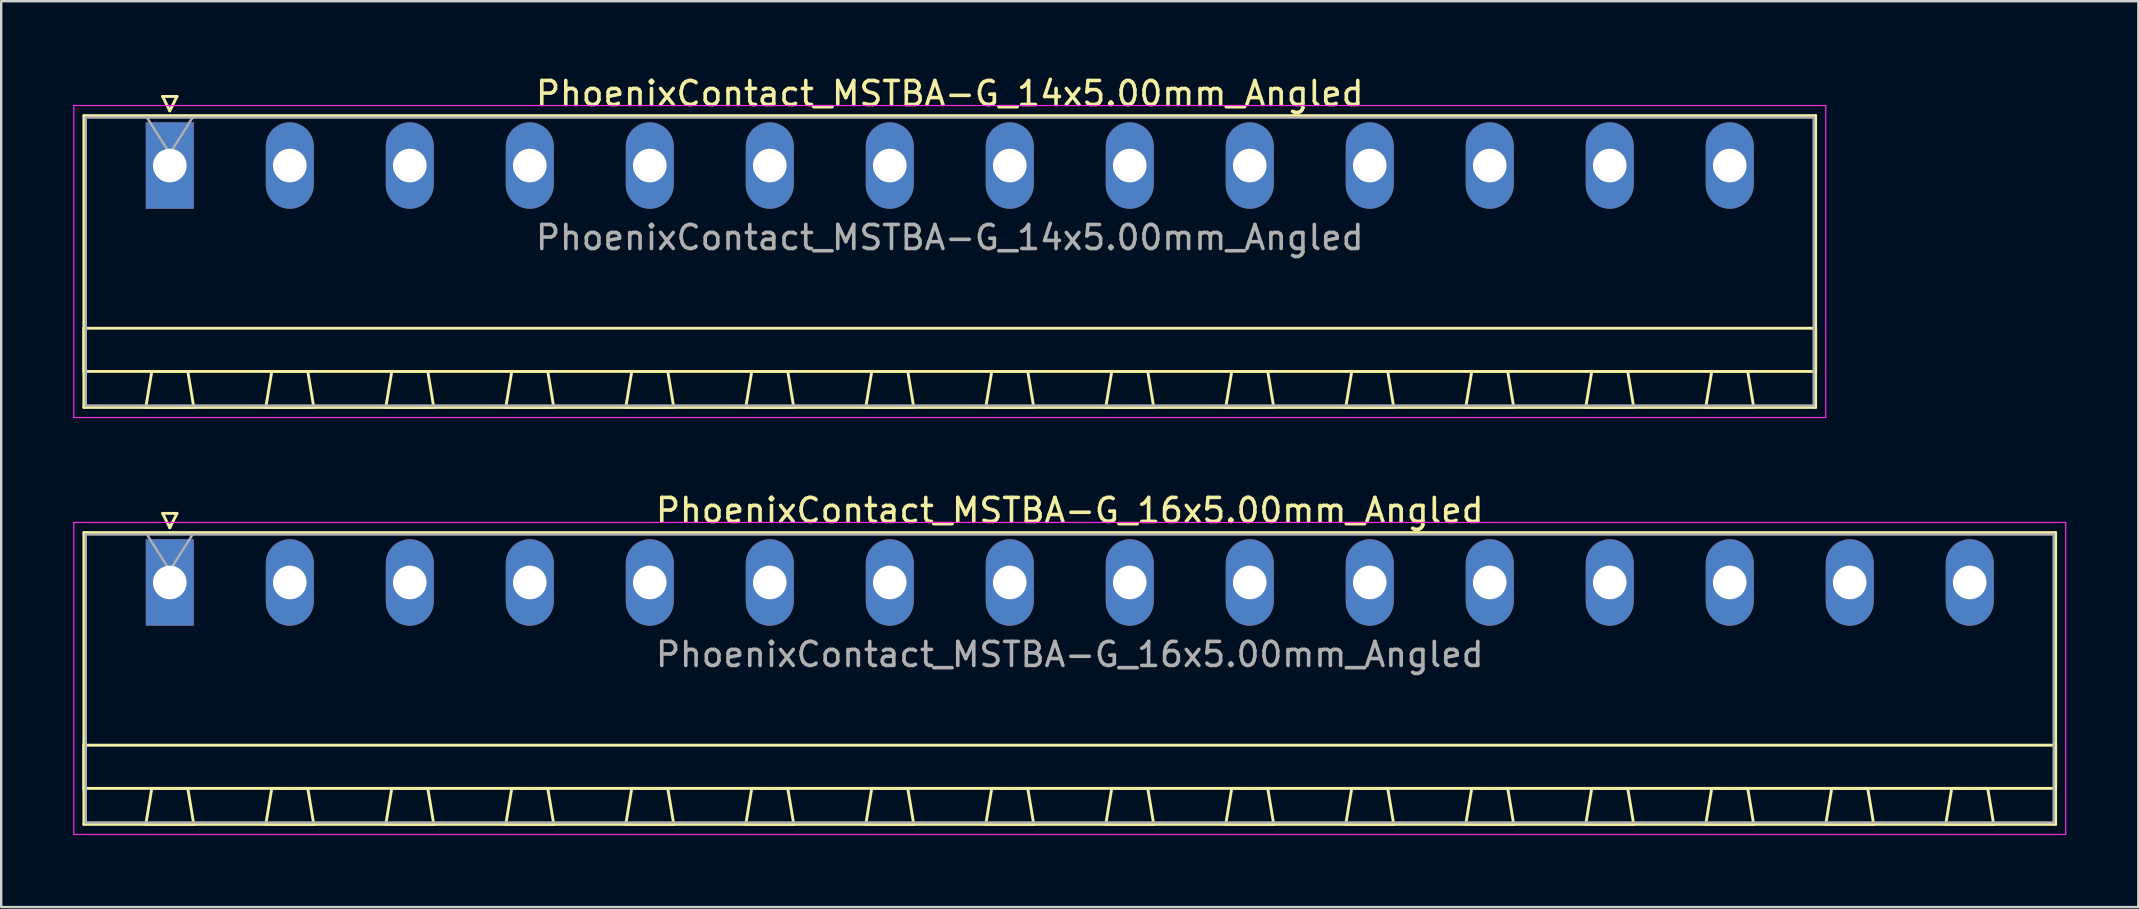
<source format=kicad_pcb>
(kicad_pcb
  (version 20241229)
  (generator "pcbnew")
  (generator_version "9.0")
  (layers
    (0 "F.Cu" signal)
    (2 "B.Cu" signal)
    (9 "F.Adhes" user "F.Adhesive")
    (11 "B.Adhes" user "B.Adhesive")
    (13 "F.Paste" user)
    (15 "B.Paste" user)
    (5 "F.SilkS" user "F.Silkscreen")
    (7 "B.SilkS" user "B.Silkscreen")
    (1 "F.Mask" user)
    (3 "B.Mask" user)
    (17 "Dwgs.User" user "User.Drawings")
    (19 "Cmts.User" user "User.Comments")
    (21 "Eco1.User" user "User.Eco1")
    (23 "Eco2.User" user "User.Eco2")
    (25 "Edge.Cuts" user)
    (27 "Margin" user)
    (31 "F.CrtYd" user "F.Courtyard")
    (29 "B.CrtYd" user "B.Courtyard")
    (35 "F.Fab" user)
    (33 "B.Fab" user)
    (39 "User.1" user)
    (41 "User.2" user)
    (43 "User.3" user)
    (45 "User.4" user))
  (footprint "PhoenixContact_MSTBA-G_16x5.00mm_Angled"
    (layer "F.Cu")
    (at 4.025 21.221)
    (property "Reference" "PhoenixContact_MSTBA-G_16x5.00mm_Angled" (at 37.5 -3 0) (layer "F.SilkS") (effects (font (size 1 1) (thickness 0.15))))
    (attr through_hole)
    (fp_line (start -3.58 -2.08) (end -3.58 10.08) (stroke (width 0.12) (type solid)) (layer "F.SilkS"))
    (fp_line (start -3.58 6.78) (end 78.58 6.78) (stroke (width 0.12) (type solid)) (layer "F.SilkS"))
    (fp_line (start -3.58 8.58) (end -3.58 6.78) (stroke (width 0.12) (type solid)) (layer "F.SilkS"))
    (fp_line (start -3.58 10.08) (end 78.58 10.08) (stroke (width 0.12) (type solid)) (layer "F.SilkS"))
    (fp_line (start -1 10.08) (end 1 10.08) (stroke (width 0.12) (type solid)) (layer "F.SilkS"))
    (fp_line (start -0.75 8.58) (end -1 10.08) (stroke (width 0.12) (type solid)) (layer "F.SilkS"))
    (fp_line (start -0.3 -2.88) (end 0.3 -2.88) (stroke (width 0.12) (type solid)) (layer "F.SilkS"))
    (fp_line (start 0 -2.28) (end -0.3 -2.88) (stroke (width 0.12) (type solid)) (layer "F.SilkS"))
    (fp_line (start 0.3 -2.88) (end 0 -2.28) (stroke (width 0.12) (type solid)) (layer "F.SilkS"))
    (fp_line (start 0.75 8.58) (end -0.75 8.58) (stroke (width 0.12) (type solid)) (layer "F.SilkS"))
    (fp_line (start 1 10.08) (end 0.75 8.58) (stroke (width 0.12) (type solid)) (layer "F.SilkS"))
    (fp_line (start 4 10.08) (end 6 10.08) (stroke (width 0.12) (type solid)) (layer "F.SilkS"))
    (fp_line (start 4.25 8.58) (end 4 10.08) (stroke (width 0.12) (type solid)) (layer "F.SilkS"))
    (fp_line (start 5.75 8.58) (end 4.25 8.58) (stroke (width 0.12) (type solid)) (layer "F.SilkS"))
    (fp_line (start 6 10.08) (end 5.75 8.58) (stroke (width 0.12) (type solid)) (layer "F.SilkS"))
    (fp_line (start 9 10.08) (end 11 10.08) (stroke (width 0.12) (type solid)) (layer "F.SilkS"))
    (fp_line (start 9.25 8.58) (end 9 10.08) (stroke (width 0.12) (type solid)) (layer "F.SilkS"))
    (fp_line (start 10.75 8.58) (end 9.25 8.58) (stroke (width 0.12) (type solid)) (layer "F.SilkS"))
    (fp_line (start 11 10.08) (end 10.75 8.58) (stroke (width 0.12) (type solid)) (layer "F.SilkS"))
    (fp_line (start 14 10.08) (end 16 10.08) (stroke (width 0.12) (type solid)) (layer "F.SilkS"))
    (fp_line (start 14.25 8.58) (end 14 10.08) (stroke (width 0.12) (type solid)) (layer "F.SilkS"))
    (fp_line (start 15.75 8.58) (end 14.25 8.58) (stroke (width 0.12) (type solid)) (layer "F.SilkS"))
    (fp_line (start 16 10.08) (end 15.75 8.58) (stroke (width 0.12) (type solid)) (layer "F.SilkS"))
    (fp_line (start 19 10.08) (end 21 10.08) (stroke (width 0.12) (type solid)) (layer "F.SilkS"))
    (fp_line (start 19.25 8.58) (end 19 10.08) (stroke (width 0.12) (type solid)) (layer "F.SilkS"))
    (fp_line (start 20.75 8.58) (end 19.25 8.58) (stroke (width 0.12) (type solid)) (layer "F.SilkS"))
    (fp_line (start 21 10.08) (end 20.75 8.58) (stroke (width 0.12) (type solid)) (layer "F.SilkS"))
    (fp_line (start 24 10.08) (end 26 10.08) (stroke (width 0.12) (type solid)) (layer "F.SilkS"))
    (fp_line (start 24.25 8.58) (end 24 10.08) (stroke (width 0.12) (type solid)) (layer "F.SilkS"))
    (fp_line (start 25.75 8.58) (end 24.25 8.58) (stroke (width 0.12) (type solid)) (layer "F.SilkS"))
    (fp_line (start 26 10.08) (end 25.75 8.58) (stroke (width 0.12) (type solid)) (layer "F.SilkS"))
    (fp_line (start 29 10.08) (end 31 10.08) (stroke (width 0.12) (type solid)) (layer "F.SilkS"))
    (fp_line (start 29.25 8.58) (end 29 10.08) (stroke (width 0.12) (type solid)) (layer "F.SilkS"))
    (fp_line (start 30.75 8.58) (end 29.25 8.58) (stroke (width 0.12) (type solid)) (layer "F.SilkS"))
    (fp_line (start 31 10.08) (end 30.75 8.58) (stroke (width 0.12) (type solid)) (layer "F.SilkS"))
    (fp_line (start 34 10.08) (end 36 10.08) (stroke (width 0.12) (type solid)) (layer "F.SilkS"))
    (fp_line (start 34.25 8.58) (end 34 10.08) (stroke (width 0.12) (type solid)) (layer "F.SilkS"))
    (fp_line (start 35.75 8.58) (end 34.25 8.58) (stroke (width 0.12) (type solid)) (layer "F.SilkS"))
    (fp_line (start 36 10.08) (end 35.75 8.58) (stroke (width 0.12) (type solid)) (layer "F.SilkS"))
    (fp_line (start 39 10.08) (end 41 10.08) (stroke (width 0.12) (type solid)) (layer "F.SilkS"))
    (fp_line (start 39.25 8.58) (end 39 10.08) (stroke (width 0.12) (type solid)) (layer "F.SilkS"))
    (fp_line (start 40.75 8.58) (end 39.25 8.58) (stroke (width 0.12) (type solid)) (layer "F.SilkS"))
    (fp_line (start 41 10.08) (end 40.75 8.58) (stroke (width 0.12) (type solid)) (layer "F.SilkS"))
    (fp_line (start 44 10.08) (end 46 10.08) (stroke (width 0.12) (type solid)) (layer "F.SilkS"))
    (fp_line (start 44.25 8.58) (end 44 10.08) (stroke (width 0.12) (type solid)) (layer "F.SilkS"))
    (fp_line (start 45.75 8.58) (end 44.25 8.58) (stroke (width 0.12) (type solid)) (layer "F.SilkS"))
    (fp_line (start 46 10.08) (end 45.75 8.58) (stroke (width 0.12) (type solid)) (layer "F.SilkS"))
    (fp_line (start 49 10.08) (end 51 10.08) (stroke (width 0.12) (type solid)) (layer "F.SilkS"))
    (fp_line (start 49.25 8.58) (end 49 10.08) (stroke (width 0.12) (type solid)) (layer "F.SilkS"))
    (fp_line (start 50.75 8.58) (end 49.25 8.58) (stroke (width 0.12) (type solid)) (layer "F.SilkS"))
    (fp_line (start 51 10.08) (end 50.75 8.58) (stroke (width 0.12) (type solid)) (layer "F.SilkS"))
    (fp_line (start 54 10.08) (end 56 10.08) (stroke (width 0.12) (type solid)) (layer "F.SilkS"))
    (fp_line (start 54.25 8.58) (end 54 10.08) (stroke (width 0.12) (type solid)) (layer "F.SilkS"))
    (fp_line (start 55.75 8.58) (end 54.25 8.58) (stroke (width 0.12) (type solid)) (layer "F.SilkS"))
    (fp_line (start 56 10.08) (end 55.75 8.58) (stroke (width 0.12) (type solid)) (layer "F.SilkS"))
    (fp_line (start 59 10.08) (end 61 10.08) (stroke (width 0.12) (type solid)) (layer "F.SilkS"))
    (fp_line (start 59.25 8.58) (end 59 10.08) (stroke (width 0.12) (type solid)) (layer "F.SilkS"))
    (fp_line (start 60.75 8.58) (end 59.25 8.58) (stroke (width 0.12) (type solid)) (layer "F.SilkS"))
    (fp_line (start 61 10.08) (end 60.75 8.58) (stroke (width 0.12) (type solid)) (layer "F.SilkS"))
    (fp_line (start 64 10.08) (end 66 10.08) (stroke (width 0.12) (type solid)) (layer "F.SilkS"))
    (fp_line (start 64.25 8.58) (end 64 10.08) (stroke (width 0.12) (type solid)) (layer "F.SilkS"))
    (fp_line (start 65.75 8.58) (end 64.25 8.58) (stroke (width 0.12) (type solid)) (layer "F.SilkS"))
    (fp_line (start 66 10.08) (end 65.75 8.58) (stroke (width 0.12) (type solid)) (layer "F.SilkS"))
    (fp_line (start 69 10.08) (end 71 10.08) (stroke (width 0.12) (type solid)) (layer "F.SilkS"))
    (fp_line (start 69.25 8.58) (end 69 10.08) (stroke (width 0.12) (type solid)) (layer "F.SilkS"))
    (fp_line (start 70.75 8.58) (end 69.25 8.58) (stroke (width 0.12) (type solid)) (layer "F.SilkS"))
    (fp_line (start 71 10.08) (end 70.75 8.58) (stroke (width 0.12) (type solid)) (layer "F.SilkS"))
    (fp_line (start 74 10.08) (end 76 10.08) (stroke (width 0.12) (type solid)) (layer "F.SilkS"))
    (fp_line (start 74.25 8.58) (end 74 10.08) (stroke (width 0.12) (type solid)) (layer "F.SilkS"))
    (fp_line (start 75.75 8.58) (end 74.25 8.58) (stroke (width 0.12) (type solid)) (layer "F.SilkS"))
    (fp_line (start 76 10.08) (end 75.75 8.58) (stroke (width 0.12) (type solid)) (layer "F.SilkS"))
    (fp_line (start 78.58 -2.08) (end -3.58 -2.08) (stroke (width 0.12) (type solid)) (layer "F.SilkS"))
    (fp_line (start 78.58 6.78) (end 78.58 8.58) (stroke (width 0.12) (type solid)) (layer "F.SilkS"))
    (fp_line (start 78.58 8.58) (end -3.58 8.58) (stroke (width 0.12) (type solid)) (layer "F.SilkS"))
    (fp_line (start 78.58 10.08) (end 78.58 -2.08) (stroke (width 0.12) (type solid)) (layer "F.SilkS"))
    (fp_line (start -4 -2.5) (end -4 10.5) (stroke (width 0.05) (type solid)) (layer "F.CrtYd"))
    (fp_line (start -4 10.5) (end 79 10.5) (stroke (width 0.05) (type solid)) (layer "F.CrtYd"))
    (fp_line (start 79 -2.5) (end -4 -2.5) (stroke (width 0.05) (type solid)) (layer "F.CrtYd"))
    (fp_line (start 79 10.5) (end 79 -2.5) (stroke (width 0.05) (type solid)) (layer "F.CrtYd"))
    (fp_line (start -3.5 -2) (end -3.5 10) (stroke (width 0.1) (type solid)) (layer "F.Fab"))
    (fp_line (start -3.5 10) (end 78.5 10) (stroke (width 0.1) (type solid)) (layer "F.Fab"))
    (fp_line (start 0 -0.5) (end -0.95 -2) (stroke (width 0.1) (type solid)) (layer "F.Fab"))
    (fp_line (start 0.95 -2) (end 0 -0.5) (stroke (width 0.1) (type solid)) (layer "F.Fab"))
    (fp_line (start 78.5 -2) (end -3.5 -2) (stroke (width 0.1) (type solid)) (layer "F.Fab"))
    (fp_line (start 78.5 10) (end 78.5 -2) (stroke (width 0.1) (type solid)) (layer "F.Fab"))
    (fp_text user "${REFERENCE}" (at 37.5 3 0) (layer "F.Fab") (effects (font (size 1 1) (thickness 0.15))))
    (pad "1" thru_hole rect (at 0 0) (size 2 3.6) (drill 1.4) (layers "*.Cu" "*.Mask"))
    (pad "2" thru_hole oval (at 5 0) (size 2 3.6) (drill 1.4) (layers "*.Cu" "*.Mask"))
    (pad "3" thru_hole oval (at 10 0) (size 2 3.6) (drill 1.4) (layers "*.Cu" "*.Mask"))
    (pad "4" thru_hole oval (at 15 0) (size 2 3.6) (drill 1.4) (layers "*.Cu" "*.Mask"))
    (pad "5" thru_hole oval (at 20 0) (size 2 3.6) (drill 1.4) (layers "*.Cu" "*.Mask"))
    (pad "6" thru_hole oval (at 25 0) (size 2 3.6) (drill 1.4) (layers "*.Cu" "*.Mask"))
    (pad "7" thru_hole oval (at 30 0) (size 2 3.6) (drill 1.4) (layers "*.Cu" "*.Mask"))
    (pad "8" thru_hole oval (at 35 0) (size 2 3.6) (drill 1.4) (layers "*.Cu" "*.Mask"))
    (pad "9" thru_hole oval (at 40 0) (size 2 3.6) (drill 1.4) (layers "*.Cu" "*.Mask"))
    (pad "10" thru_hole oval (at 45 0) (size 2 3.6) (drill 1.4) (layers "*.Cu" "*.Mask"))
    (pad "11" thru_hole oval (at 50 0) (size 2 3.6) (drill 1.4) (layers "*.Cu" "*.Mask"))
    (pad "12" thru_hole oval (at 55 0) (size 2 3.6) (drill 1.4) (layers "*.Cu" "*.Mask"))
    (pad "13" thru_hole oval (at 60 0) (size 2 3.6) (drill 1.4) (layers "*.Cu" "*.Mask"))
    (pad "14" thru_hole oval (at 65 0) (size 2 3.6) (drill 1.4) (layers "*.Cu" "*.Mask"))
    (pad "15" thru_hole oval (at 70 0) (size 2 3.6) (drill 1.4) (layers "*.Cu" "*.Mask"))
    (pad "16" thru_hole oval (at 75 0) (size 2 3.6) (drill 1.4) (layers "*.Cu" "*.Mask")))
  (footprint "PhoenixContact_MSTBA-G_14x5.00mm_Angled"
    (layer "F.Cu")
    (at 4.025 3.848)
    (property "Reference" "PhoenixContact_MSTBA-G_14x5.00mm_Angled" (at 32.5 -3 0) (layer "F.SilkS") (effects (font (size 1 1) (thickness 0.15))))
    (attr through_hole)
    (fp_line (start -3.58 -2.08) (end -3.58 10.08) (stroke (width 0.12) (type solid)) (layer "F.SilkS"))
    (fp_line (start -3.58 6.78) (end 68.58 6.78) (stroke (width 0.12) (type solid)) (layer "F.SilkS"))
    (fp_line (start -3.58 8.58) (end -3.58 6.78) (stroke (width 0.12) (type solid)) (layer "F.SilkS"))
    (fp_line (start -3.58 10.08) (end 68.58 10.08) (stroke (width 0.12) (type solid)) (layer "F.SilkS"))
    (fp_line (start -1 10.08) (end 1 10.08) (stroke (width 0.12) (type solid)) (layer "F.SilkS"))
    (fp_line (start -0.75 8.58) (end -1 10.08) (stroke (width 0.12) (type solid)) (layer "F.SilkS"))
    (fp_line (start -0.3 -2.88) (end 0.3 -2.88) (stroke (width 0.12) (type solid)) (layer "F.SilkS"))
    (fp_line (start 0 -2.28) (end -0.3 -2.88) (stroke (width 0.12) (type solid)) (layer "F.SilkS"))
    (fp_line (start 0.3 -2.88) (end 0 -2.28) (stroke (width 0.12) (type solid)) (layer "F.SilkS"))
    (fp_line (start 0.75 8.58) (end -0.75 8.58) (stroke (width 0.12) (type solid)) (layer "F.SilkS"))
    (fp_line (start 1 10.08) (end 0.75 8.58) (stroke (width 0.12) (type solid)) (layer "F.SilkS"))
    (fp_line (start 4 10.08) (end 6 10.08) (stroke (width 0.12) (type solid)) (layer "F.SilkS"))
    (fp_line (start 4.25 8.58) (end 4 10.08) (stroke (width 0.12) (type solid)) (layer "F.SilkS"))
    (fp_line (start 5.75 8.58) (end 4.25 8.58) (stroke (width 0.12) (type solid)) (layer "F.SilkS"))
    (fp_line (start 6 10.08) (end 5.75 8.58) (stroke (width 0.12) (type solid)) (layer "F.SilkS"))
    (fp_line (start 9 10.08) (end 11 10.08) (stroke (width 0.12) (type solid)) (layer "F.SilkS"))
    (fp_line (start 9.25 8.58) (end 9 10.08) (stroke (width 0.12) (type solid)) (layer "F.SilkS"))
    (fp_line (start 10.75 8.58) (end 9.25 8.58) (stroke (width 0.12) (type solid)) (layer "F.SilkS"))
    (fp_line (start 11 10.08) (end 10.75 8.58) (stroke (width 0.12) (type solid)) (layer "F.SilkS"))
    (fp_line (start 14 10.08) (end 16 10.08) (stroke (width 0.12) (type solid)) (layer "F.SilkS"))
    (fp_line (start 14.25 8.58) (end 14 10.08) (stroke (width 0.12) (type solid)) (layer "F.SilkS"))
    (fp_line (start 15.75 8.58) (end 14.25 8.58) (stroke (width 0.12) (type solid)) (layer "F.SilkS"))
    (fp_line (start 16 10.08) (end 15.75 8.58) (stroke (width 0.12) (type solid)) (layer "F.SilkS"))
    (fp_line (start 19 10.08) (end 21 10.08) (stroke (width 0.12) (type solid)) (layer "F.SilkS"))
    (fp_line (start 19.25 8.58) (end 19 10.08) (stroke (width 0.12) (type solid)) (layer "F.SilkS"))
    (fp_line (start 20.75 8.58) (end 19.25 8.58) (stroke (width 0.12) (type solid)) (layer "F.SilkS"))
    (fp_line (start 21 10.08) (end 20.75 8.58) (stroke (width 0.12) (type solid)) (layer "F.SilkS"))
    (fp_line (start 24 10.08) (end 26 10.08) (stroke (width 0.12) (type solid)) (layer "F.SilkS"))
    (fp_line (start 24.25 8.58) (end 24 10.08) (stroke (width 0.12) (type solid)) (layer "F.SilkS"))
    (fp_line (start 25.75 8.58) (end 24.25 8.58) (stroke (width 0.12) (type solid)) (layer "F.SilkS"))
    (fp_line (start 26 10.08) (end 25.75 8.58) (stroke (width 0.12) (type solid)) (layer "F.SilkS"))
    (fp_line (start 29 10.08) (end 31 10.08) (stroke (width 0.12) (type solid)) (layer "F.SilkS"))
    (fp_line (start 29.25 8.58) (end 29 10.08) (stroke (width 0.12) (type solid)) (layer "F.SilkS"))
    (fp_line (start 30.75 8.58) (end 29.25 8.58) (stroke (width 0.12) (type solid)) (layer "F.SilkS"))
    (fp_line (start 31 10.08) (end 30.75 8.58) (stroke (width 0.12) (type solid)) (layer "F.SilkS"))
    (fp_line (start 34 10.08) (end 36 10.08) (stroke (width 0.12) (type solid)) (layer "F.SilkS"))
    (fp_line (start 34.25 8.58) (end 34 10.08) (stroke (width 0.12) (type solid)) (layer "F.SilkS"))
    (fp_line (start 35.75 8.58) (end 34.25 8.58) (stroke (width 0.12) (type solid)) (layer "F.SilkS"))
    (fp_line (start 36 10.08) (end 35.75 8.58) (stroke (width 0.12) (type solid)) (layer "F.SilkS"))
    (fp_line (start 39 10.08) (end 41 10.08) (stroke (width 0.12) (type solid)) (layer "F.SilkS"))
    (fp_line (start 39.25 8.58) (end 39 10.08) (stroke (width 0.12) (type solid)) (layer "F.SilkS"))
    (fp_line (start 40.75 8.58) (end 39.25 8.58) (stroke (width 0.12) (type solid)) (layer "F.SilkS"))
    (fp_line (start 41 10.08) (end 40.75 8.58) (stroke (width 0.12) (type solid)) (layer "F.SilkS"))
    (fp_line (start 44 10.08) (end 46 10.08) (stroke (width 0.12) (type solid)) (layer "F.SilkS"))
    (fp_line (start 44.25 8.58) (end 44 10.08) (stroke (width 0.12) (type solid)) (layer "F.SilkS"))
    (fp_line (start 45.75 8.58) (end 44.25 8.58) (stroke (width 0.12) (type solid)) (layer "F.SilkS"))
    (fp_line (start 46 10.08) (end 45.75 8.58) (stroke (width 0.12) (type solid)) (layer "F.SilkS"))
    (fp_line (start 49 10.08) (end 51 10.08) (stroke (width 0.12) (type solid)) (layer "F.SilkS"))
    (fp_line (start 49.25 8.58) (end 49 10.08) (stroke (width 0.12) (type solid)) (layer "F.SilkS"))
    (fp_line (start 50.75 8.58) (end 49.25 8.58) (stroke (width 0.12) (type solid)) (layer "F.SilkS"))
    (fp_line (start 51 10.08) (end 50.75 8.58) (stroke (width 0.12) (type solid)) (layer "F.SilkS"))
    (fp_line (start 54 10.08) (end 56 10.08) (stroke (width 0.12) (type solid)) (layer "F.SilkS"))
    (fp_line (start 54.25 8.58) (end 54 10.08) (stroke (width 0.12) (type solid)) (layer "F.SilkS"))
    (fp_line (start 55.75 8.58) (end 54.25 8.58) (stroke (width 0.12) (type solid)) (layer "F.SilkS"))
    (fp_line (start 56 10.08) (end 55.75 8.58) (stroke (width 0.12) (type solid)) (layer "F.SilkS"))
    (fp_line (start 59 10.08) (end 61 10.08) (stroke (width 0.12) (type solid)) (layer "F.SilkS"))
    (fp_line (start 59.25 8.58) (end 59 10.08) (stroke (width 0.12) (type solid)) (layer "F.SilkS"))
    (fp_line (start 60.75 8.58) (end 59.25 8.58) (stroke (width 0.12) (type solid)) (layer "F.SilkS"))
    (fp_line (start 61 10.08) (end 60.75 8.58) (stroke (width 0.12) (type solid)) (layer "F.SilkS"))
    (fp_line (start 64 10.08) (end 66 10.08) (stroke (width 0.12) (type solid)) (layer "F.SilkS"))
    (fp_line (start 64.25 8.58) (end 64 10.08) (stroke (width 0.12) (type solid)) (layer "F.SilkS"))
    (fp_line (start 65.75 8.58) (end 64.25 8.58) (stroke (width 0.12) (type solid)) (layer "F.SilkS"))
    (fp_line (start 66 10.08) (end 65.75 8.58) (stroke (width 0.12) (type solid)) (layer "F.SilkS"))
    (fp_line (start 68.58 -2.08) (end -3.58 -2.08) (stroke (width 0.12) (type solid)) (layer "F.SilkS"))
    (fp_line (start 68.58 6.78) (end 68.58 8.58) (stroke (width 0.12) (type solid)) (layer "F.SilkS"))
    (fp_line (start 68.58 8.58) (end -3.58 8.58) (stroke (width 0.12) (type solid)) (layer "F.SilkS"))
    (fp_line (start 68.58 10.08) (end 68.58 -2.08) (stroke (width 0.12) (type solid)) (layer "F.SilkS"))
    (fp_line (start -4 -2.5) (end -4 10.5) (stroke (width 0.05) (type solid)) (layer "F.CrtYd"))
    (fp_line (start -4 10.5) (end 69 10.5) (stroke (width 0.05) (type solid)) (layer "F.CrtYd"))
    (fp_line (start 69 -2.5) (end -4 -2.5) (stroke (width 0.05) (type solid)) (layer "F.CrtYd"))
    (fp_line (start 69 10.5) (end 69 -2.5) (stroke (width 0.05) (type solid)) (layer "F.CrtYd"))
    (fp_line (start -3.5 -2) (end -3.5 10) (stroke (width 0.1) (type solid)) (layer "F.Fab"))
    (fp_line (start -3.5 10) (end 68.5 10) (stroke (width 0.1) (type solid)) (layer "F.Fab"))
    (fp_line (start 0 -0.5) (end -0.95 -2) (stroke (width 0.1) (type solid)) (layer "F.Fab"))
    (fp_line (start 0.95 -2) (end 0 -0.5) (stroke (width 0.1) (type solid)) (layer "F.Fab"))
    (fp_line (start 68.5 -2) (end -3.5 -2) (stroke (width 0.1) (type solid)) (layer "F.Fab"))
    (fp_line (start 68.5 10) (end 68.5 -2) (stroke (width 0.1) (type solid)) (layer "F.Fab"))
    (fp_text user "${REFERENCE}" (at 32.5 3 0) (layer "F.Fab") (effects (font (size 1 1) (thickness 0.15))))
    (pad "1" thru_hole rect (at 0 0) (size 2 3.6) (drill 1.4) (layers "*.Cu" "*.Mask"))
    (pad "2" thru_hole oval (at 5 0) (size 2 3.6) (drill 1.4) (layers "*.Cu" "*.Mask"))
    (pad "3" thru_hole oval (at 10 0) (size 2 3.6) (drill 1.4) (layers "*.Cu" "*.Mask"))
    (pad "4" thru_hole oval (at 15 0) (size 2 3.6) (drill 1.4) (layers "*.Cu" "*.Mask"))
    (pad "5" thru_hole oval (at 20 0) (size 2 3.6) (drill 1.4) (layers "*.Cu" "*.Mask"))
    (pad "6" thru_hole oval (at 25 0) (size 2 3.6) (drill 1.4) (layers "*.Cu" "*.Mask"))
    (pad "7" thru_hole oval (at 30 0) (size 2 3.6) (drill 1.4) (layers "*.Cu" "*.Mask"))
    (pad "8" thru_hole oval (at 35 0) (size 2 3.6) (drill 1.4) (layers "*.Cu" "*.Mask"))
    (pad "9" thru_hole oval (at 40 0) (size 2 3.6) (drill 1.4) (layers "*.Cu" "*.Mask"))
    (pad "10" thru_hole oval (at 45 0) (size 2 3.6) (drill 1.4) (layers "*.Cu" "*.Mask"))
    (pad "11" thru_hole oval (at 50 0) (size 2 3.6) (drill 1.4) (layers "*.Cu" "*.Mask"))
    (pad "12" thru_hole oval (at 55 0) (size 2 3.6) (drill 1.4) (layers "*.Cu" "*.Mask"))
    (pad "13" thru_hole oval (at 60 0) (size 2 3.6) (drill 1.4) (layers "*.Cu" "*.Mask"))
    (pad "14" thru_hole oval (at 65 0) (size 2 3.6) (drill 1.4) (layers "*.Cu" "*.Mask")))
  (gr_rect
    (start -3 -3)
    (end 86.05 34.746)
    (stroke (width 0.1) (type default))
    (fill no)
    (layer "Edge.Cuts")))
</source>
